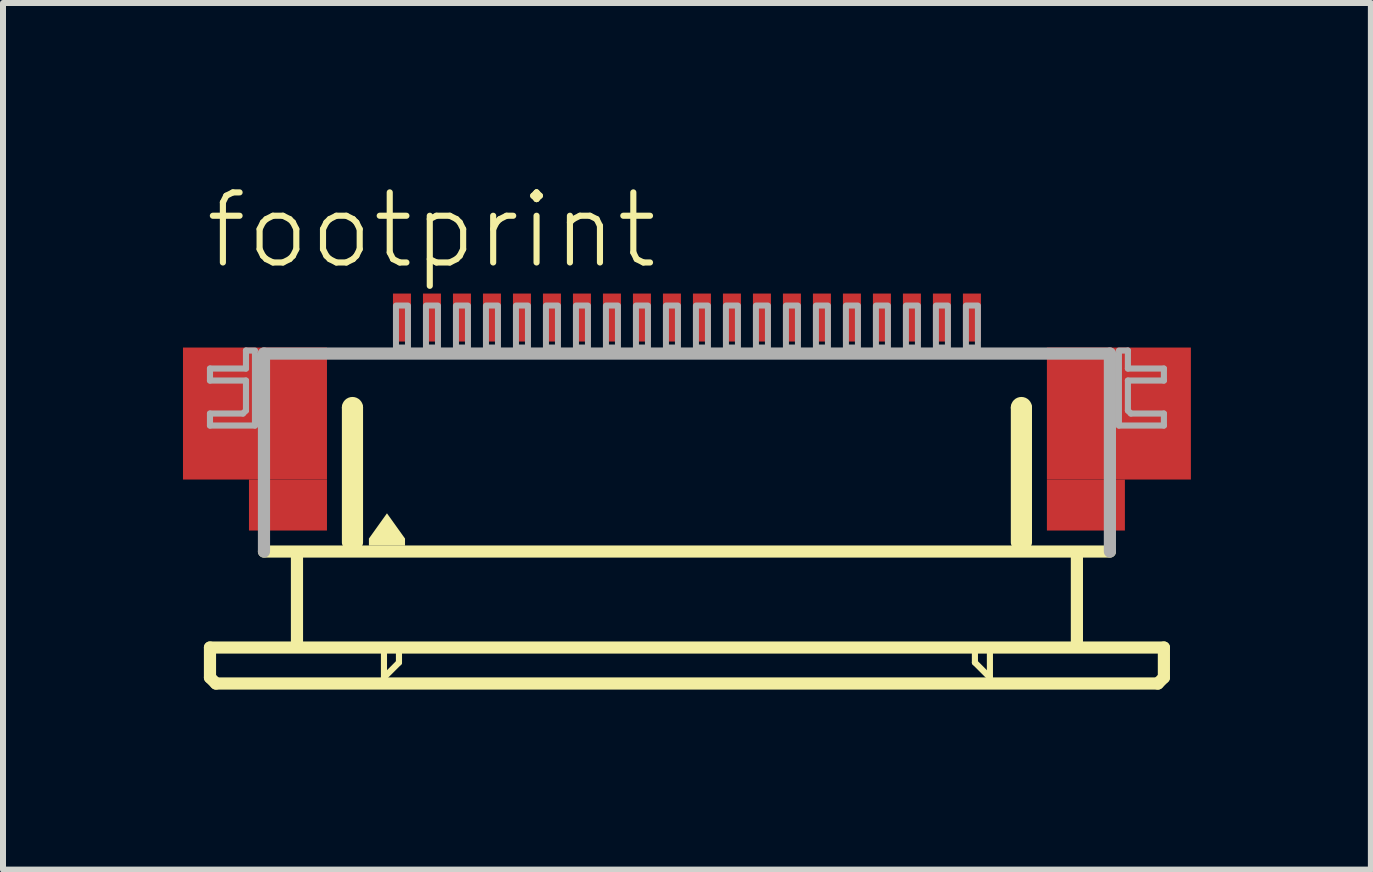
<source format=kicad_pcb>
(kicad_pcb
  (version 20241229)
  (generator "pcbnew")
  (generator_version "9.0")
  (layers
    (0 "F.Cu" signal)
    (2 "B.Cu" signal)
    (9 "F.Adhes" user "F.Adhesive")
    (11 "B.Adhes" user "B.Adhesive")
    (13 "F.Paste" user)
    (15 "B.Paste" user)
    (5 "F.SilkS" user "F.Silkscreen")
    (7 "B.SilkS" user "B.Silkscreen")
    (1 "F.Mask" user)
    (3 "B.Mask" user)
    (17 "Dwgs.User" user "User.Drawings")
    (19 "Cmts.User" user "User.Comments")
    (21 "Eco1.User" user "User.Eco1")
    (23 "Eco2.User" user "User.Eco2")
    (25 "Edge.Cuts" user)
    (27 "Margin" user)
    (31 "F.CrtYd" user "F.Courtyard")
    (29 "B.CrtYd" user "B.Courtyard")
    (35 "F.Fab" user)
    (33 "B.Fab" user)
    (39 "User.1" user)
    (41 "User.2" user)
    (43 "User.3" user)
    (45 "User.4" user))
  (footprint "footprint"
    (layer "F.Cu")
    (at 8.4 4.743)
    (property "Reference" "footprint" (at -8.08 -3.27 0) (layer "F.SilkS") (effects (font (size 1.168 1.168) (thickness 0.102)) (justify left bottom)))
    (fp_poly (pts (xy -8.4 0.2) (xy -6 0.2) (xy -6 -2) (xy -8.4 -2)) (stroke (width 0) (type solid)) (fill yes) (layer "F.Cu"))
    (fp_poly (pts (xy -7.3 1.05) (xy -6 1.05) (xy -6 0.2) (xy -7.3 0.2)) (stroke (width 0) (type solid)) (fill yes) (layer "F.Cu"))
    (fp_poly (pts (xy 6 0.2) (xy 8.4 0.2) (xy 8.4 -2) (xy 6 -2)) (stroke (width 0) (type solid)) (fill yes) (layer "F.Cu"))
    (fp_poly (pts (xy 6 1.05) (xy 7.3 1.05) (xy 7.3 0.2) (xy 6 0.2)) (stroke (width 0) (type solid)) (fill yes) (layer "F.Cu"))
    (fp_poly (pts (xy -8.4 0.2) (xy -7.25 0.2) (xy -7.25 -2) (xy -8.4 -2)) (stroke (width 0) (type solid)) (fill yes) (layer "F.Mask"))
    (fp_poly (pts (xy -7.3 1.05) (xy -6 1.05) (xy -6 -2) (xy -7.3 -2)) (stroke (width 0) (type solid)) (fill yes) (layer "F.Mask"))
    (fp_poly (pts (xy 7.3 -2) (xy 6 -2) (xy 6 1.05) (xy 7.3 1.05)) (stroke (width 0) (type solid)) (fill yes) (layer "F.Mask"))
    (fp_poly (pts (xy 8.4 -2) (xy 7.25 -2) (xy 7.25 0.2) (xy 8.4 0.2)) (stroke (width 0) (type solid)) (fill yes) (layer "F.Mask"))
    (fp_line (start -7.95 3) (end -7.95 3.5) (stroke (width 0.203) (type solid)) (layer "F.SilkS"))
    (fp_line (start -7.95 3.5) (end -7.85 3.6) (stroke (width 0.203) (type solid)) (layer "F.SilkS"))
    (fp_line (start -7.85 3.6) (end 7.85 3.6) (stroke (width 0.203) (type solid)) (layer "F.SilkS"))
    (fp_line (start -6.5 1.5) (end -6.5 2.9) (stroke (width 0.203) (type solid)) (layer "F.SilkS"))
    (fp_line (start -5.65 1.25) (end -5.65 -1) (stroke (width 0.203) (type solid)) (layer "F.SilkS"))
    (fp_line (start -5.5 -1) (end -5.5 1.25) (stroke (width 0.203) (type solid)) (layer "F.SilkS"))
    (fp_line (start -5.05 3.1) (end -5.05 3.5) (stroke (width 0.102) (type solid)) (layer "F.SilkS"))
    (fp_line (start -5.05 3.5) (end -4.8 3.25) (stroke (width 0.102) (type solid)) (layer "F.SilkS"))
    (fp_line (start -4.8 3.25) (end -4.8 3.1) (stroke (width 0.102) (type solid)) (layer "F.SilkS"))
    (fp_line (start 4.8 3.1) (end 4.8 3.25) (stroke (width 0.102) (type solid)) (layer "F.SilkS"))
    (fp_line (start 4.8 3.25) (end 5.05 3.5) (stroke (width 0.102) (type solid)) (layer "F.SilkS"))
    (fp_line (start 5.05 3.5) (end 5.05 3.1) (stroke (width 0.102) (type solid)) (layer "F.SilkS"))
    (fp_line (start 5.5 1.25) (end 5.5 -1) (stroke (width 0.203) (type solid)) (layer "F.SilkS"))
    (fp_line (start 5.65 -1) (end 5.65 1.25) (stroke (width 0.203) (type solid)) (layer "F.SilkS"))
    (fp_line (start 6.5 1.5) (end 6.5 2.9) (stroke (width 0.203) (type solid)) (layer "F.SilkS"))
    (fp_line (start 7.05 1.4) (end -7.05 1.4) (stroke (width 0.203) (type solid)) (layer "F.SilkS"))
    (fp_line (start 7.85 3.6) (end 7.95 3.5) (stroke (width 0.203) (type solid)) (layer "F.SilkS"))
    (fp_line (start 7.95 3) (end -7.95 3) (stroke (width 0.203) (type solid)) (layer "F.SilkS"))
    (fp_line (start 7.95 3.5) (end 7.95 3) (stroke (width 0.203) (type solid)) (layer "F.SilkS"))
    (fp_arc (start -5.65 -1) (mid -5.575 -1.075) (end -5.5 -1) (stroke (width 0.2032) (type solid)) (layer "F.SilkS"))
    (fp_arc (start 5.5 -1) (mid 5.575 -1.075) (end 5.65 -1) (stroke (width 0.2032) (type solid)) (layer "F.SilkS"))
    (fp_poly (pts (xy -4.699 1.184) (xy -4.699 1.301) (xy -5.301 1.301) (xy -5.301 1.184) (xy -5 0.763)) (stroke (width 0) (type solid)) (fill yes) (layer "F.SilkS"))
    (fp_poly (pts (xy -8.2 0.05) (xy -6.2 0.05) (xy -6.2 -1.85) (xy -8.2 -1.85)) (stroke (width 0) (type solid)) (fill yes) (layer "F.Paste"))
    (fp_poly (pts (xy 8.2 -1.85) (xy 6.2 -1.85) (xy 6.2 0.05) (xy 8.2 0.05)) (stroke (width 0) (type solid)) (fill yes) (layer "F.Paste"))
    (fp_line (start -7.95 -1.65) (end -7.95 -1.45) (stroke (width 0.102) (type solid)) (layer "F.Fab"))
    (fp_line (start -7.95 -1.45) (end -7.35 -1.45) (stroke (width 0.102) (type solid)) (layer "F.Fab"))
    (fp_line (start -7.95 -0.9) (end -7.95 -0.7) (stroke (width 0.102) (type solid)) (layer "F.Fab"))
    (fp_line (start -7.95 -0.7) (end -7.2 -0.7) (stroke (width 0.102) (type solid)) (layer "F.Fab"))
    (fp_line (start -7.4 -0.9) (end -7.95 -0.9) (stroke (width 0.102) (type solid)) (layer "F.Fab"))
    (fp_line (start -7.35 -1.95) (end -7.35 -1.65) (stroke (width 0.102) (type solid)) (layer "F.Fab"))
    (fp_line (start -7.35 -1.65) (end -7.95 -1.65) (stroke (width 0.102) (type solid)) (layer "F.Fab"))
    (fp_line (start -7.35 -1.45) (end -7.35 -0.95) (stroke (width 0.102) (type solid)) (layer "F.Fab"))
    (fp_line (start -7.35 -0.95) (end -7.4 -0.9) (stroke (width 0.102) (type solid)) (layer "F.Fab"))
    (fp_line (start -7.2 -1.95) (end -7.35 -1.95) (stroke (width 0.102) (type solid)) (layer "F.Fab"))
    (fp_line (start -7.2 -0.7) (end -7.2 -1.9) (stroke (width 0.102) (type solid)) (layer "F.Fab"))
    (fp_line (start -7.05 -1.9) (end 7.05 -1.9) (stroke (width 0.203) (type solid)) (layer "F.Fab"))
    (fp_line (start -7.05 1.4) (end -7.05 -1.9) (stroke (width 0.203) (type solid)) (layer "F.Fab"))
    (fp_line (start 7.05 -1.9) (end 7.05 1.4) (stroke (width 0.203) (type solid)) (layer "F.Fab"))
    (fp_line (start 7.2 -1.95) (end 7.35 -1.95) (stroke (width 0.102) (type solid)) (layer "F.Fab"))
    (fp_line (start 7.2 -0.7) (end 7.2 -1.9) (stroke (width 0.102) (type solid)) (layer "F.Fab"))
    (fp_line (start 7.35 -1.95) (end 7.35 -1.65) (stroke (width 0.102) (type solid)) (layer "F.Fab"))
    (fp_line (start 7.35 -1.65) (end 7.95 -1.65) (stroke (width 0.102) (type solid)) (layer "F.Fab"))
    (fp_line (start 7.35 -1.45) (end 7.35 -0.95) (stroke (width 0.102) (type solid)) (layer "F.Fab"))
    (fp_line (start 7.35 -0.95) (end 7.4 -0.9) (stroke (width 0.102) (type solid)) (layer "F.Fab"))
    (fp_line (start 7.4 -0.9) (end 7.95 -0.9) (stroke (width 0.102) (type solid)) (layer "F.Fab"))
    (fp_line (start 7.95 -1.65) (end 7.95 -1.45) (stroke (width 0.102) (type solid)) (layer "F.Fab"))
    (fp_line (start 7.95 -1.45) (end 7.35 -1.45) (stroke (width 0.102) (type solid)) (layer "F.Fab"))
    (fp_line (start 7.95 -0.9) (end 7.95 -0.7) (stroke (width 0.102) (type solid)) (layer "F.Fab"))
    (fp_line (start 7.95 -0.7) (end 7.2 -0.7) (stroke (width 0.102) (type solid)) (layer "F.Fab"))
    (fp_poly (pts (xy -4.85 -2) (xy -4.65 -2) (xy -4.65 -2.7) (xy -4.85 -2.7)) (stroke (width 0.1) (type solid)) (fill no) (layer "F.Fab"))
    (fp_poly (pts (xy -4.35 -2) (xy -4.15 -2) (xy -4.15 -2.7) (xy -4.35 -2.7)) (stroke (width 0.1) (type solid)) (fill no) (layer "F.Fab"))
    (fp_poly (pts (xy -3.85 -2) (xy -3.65 -2) (xy -3.65 -2.7) (xy -3.85 -2.7)) (stroke (width 0.1) (type solid)) (fill no) (layer "F.Fab"))
    (fp_poly (pts (xy -3.35 -2) (xy -3.15 -2) (xy -3.15 -2.7) (xy -3.35 -2.7)) (stroke (width 0.1) (type solid)) (fill no) (layer "F.Fab"))
    (fp_poly (pts (xy -2.85 -2) (xy -2.65 -2) (xy -2.65 -2.7) (xy -2.85 -2.7)) (stroke (width 0.1) (type solid)) (fill no) (layer "F.Fab"))
    (fp_poly (pts (xy -2.35 -2) (xy -2.15 -2) (xy -2.15 -2.7) (xy -2.35 -2.7)) (stroke (width 0.1) (type solid)) (fill no) (layer "F.Fab"))
    (fp_poly (pts (xy -1.85 -2) (xy -1.65 -2) (xy -1.65 -2.7) (xy -1.85 -2.7)) (stroke (width 0.1) (type solid)) (fill no) (layer "F.Fab"))
    (fp_poly (pts (xy -1.35 -2) (xy -1.15 -2) (xy -1.15 -2.7) (xy -1.35 -2.7)) (stroke (width 0.1) (type solid)) (fill no) (layer "F.Fab"))
    (fp_poly (pts (xy -0.85 -2) (xy -0.65 -2) (xy -0.65 -2.7) (xy -0.85 -2.7)) (stroke (width 0.1) (type solid)) (fill no) (layer "F.Fab"))
    (fp_poly (pts (xy -0.35 -2) (xy -0.15 -2) (xy -0.15 -2.7) (xy -0.35 -2.7)) (stroke (width 0.1) (type solid)) (fill no) (layer "F.Fab"))
    (fp_poly (pts (xy 0.15 -2) (xy 0.35 -2) (xy 0.35 -2.7) (xy 0.15 -2.7)) (stroke (width 0.1) (type solid)) (fill no) (layer "F.Fab"))
    (fp_poly (pts (xy 0.65 -2) (xy 0.85 -2) (xy 0.85 -2.7) (xy 0.65 -2.7)) (stroke (width 0.1) (type solid)) (fill no) (layer "F.Fab"))
    (fp_poly (pts (xy 1.15 -2) (xy 1.35 -2) (xy 1.35 -2.7) (xy 1.15 -2.7)) (stroke (width 0.1) (type solid)) (fill no) (layer "F.Fab"))
    (fp_poly (pts (xy 1.65 -2) (xy 1.85 -2) (xy 1.85 -2.7) (xy 1.65 -2.7)) (stroke (width 0.1) (type solid)) (fill no) (layer "F.Fab"))
    (fp_poly (pts (xy 2.15 -2) (xy 2.35 -2) (xy 2.35 -2.7) (xy 2.15 -2.7)) (stroke (width 0.1) (type solid)) (fill no) (layer "F.Fab"))
    (fp_poly (pts (xy 2.65 -2) (xy 2.85 -2) (xy 2.85 -2.7) (xy 2.65 -2.7)) (stroke (width 0.1) (type solid)) (fill no) (layer "F.Fab"))
    (fp_poly (pts (xy 3.15 -2) (xy 3.35 -2) (xy 3.35 -2.7) (xy 3.15 -2.7)) (stroke (width 0.1) (type solid)) (fill no) (layer "F.Fab"))
    (fp_poly (pts (xy 3.65 -2) (xy 3.85 -2) (xy 3.85 -2.7) (xy 3.65 -2.7)) (stroke (width 0.1) (type solid)) (fill no) (layer "F.Fab"))
    (fp_poly (pts (xy 4.15 -2) (xy 4.35 -2) (xy 4.35 -2.7) (xy 4.15 -2.7)) (stroke (width 0.1) (type solid)) (fill no) (layer "F.Fab"))
    (fp_poly (pts (xy 4.65 -2) (xy 4.85 -2) (xy 4.85 -2.7) (xy 4.65 -2.7)) (stroke (width 0.1) (type solid)) (fill no) (layer "F.Fab"))
    (pad "1" smd rect (at -4.75 -2.5) (size 0.3 0.8) (layers "F.Cu" "F.Mask" "F.Paste"))
    (pad "2" smd rect (at -4.25 -2.5) (size 0.3 0.8) (layers "F.Cu" "F.Mask" "F.Paste"))
    (pad "3" smd rect (at -3.75 -2.5) (size 0.3 0.8) (layers "F.Cu" "F.Mask" "F.Paste"))
    (pad "4" smd rect (at -3.25 -2.5) (size 0.3 0.8) (layers "F.Cu" "F.Mask" "F.Paste"))
    (pad "5" smd rect (at -2.75 -2.5) (size 0.3 0.8) (layers "F.Cu" "F.Mask" "F.Paste"))
    (pad "6" smd rect (at -2.25 -2.5) (size 0.3 0.8) (layers "F.Cu" "F.Mask" "F.Paste"))
    (pad "7" smd rect (at -1.75 -2.5) (size 0.3 0.8) (layers "F.Cu" "F.Mask" "F.Paste"))
    (pad "8" smd rect (at -1.25 -2.5) (size 0.3 0.8) (layers "F.Cu" "F.Mask" "F.Paste"))
    (pad "9" smd rect (at -0.75 -2.5) (size 0.3 0.8) (layers "F.Cu" "F.Mask" "F.Paste"))
    (pad "10" smd rect (at -0.25 -2.5) (size 0.3 0.8) (layers "F.Cu" "F.Mask" "F.Paste"))
    (pad "11" smd rect (at 0.25 -2.5) (size 0.3 0.8) (layers "F.Cu" "F.Mask" "F.Paste"))
    (pad "12" smd rect (at 0.75 -2.5) (size 0.3 0.8) (layers "F.Cu" "F.Mask" "F.Paste"))
    (pad "13" smd rect (at 1.25 -2.5) (size 0.3 0.8) (layers "F.Cu" "F.Mask" "F.Paste"))
    (pad "14" smd rect (at 1.75 -2.5) (size 0.3 0.8) (layers "F.Cu" "F.Mask" "F.Paste"))
    (pad "15" smd rect (at 2.25 -2.5) (size 0.3 0.8) (layers "F.Cu" "F.Mask" "F.Paste"))
    (pad "16" smd rect (at 2.75 -2.5) (size 0.3 0.8) (layers "F.Cu" "F.Mask" "F.Paste"))
    (pad "17" smd rect (at 3.25 -2.5) (size 0.3 0.8) (layers "F.Cu" "F.Mask" "F.Paste"))
    (pad "18" smd rect (at 3.75 -2.5) (size 0.3 0.8) (layers "F.Cu" "F.Mask" "F.Paste"))
    (pad "19" smd rect (at 4.25 -2.5) (size 0.3 0.8) (layers "F.Cu" "F.Mask" "F.Paste"))
    (pad "20" smd rect (at 4.75 -2.5) (size 0.3 0.8) (layers "F.Cu" "F.Mask" "F.Paste")))
  (gr_rect
    (start -3 -3)
    (end 19.8 11.445)
    (stroke (width 0.1) (type default))
    (fill no)
    (layer "Edge.Cuts")))
</source>
